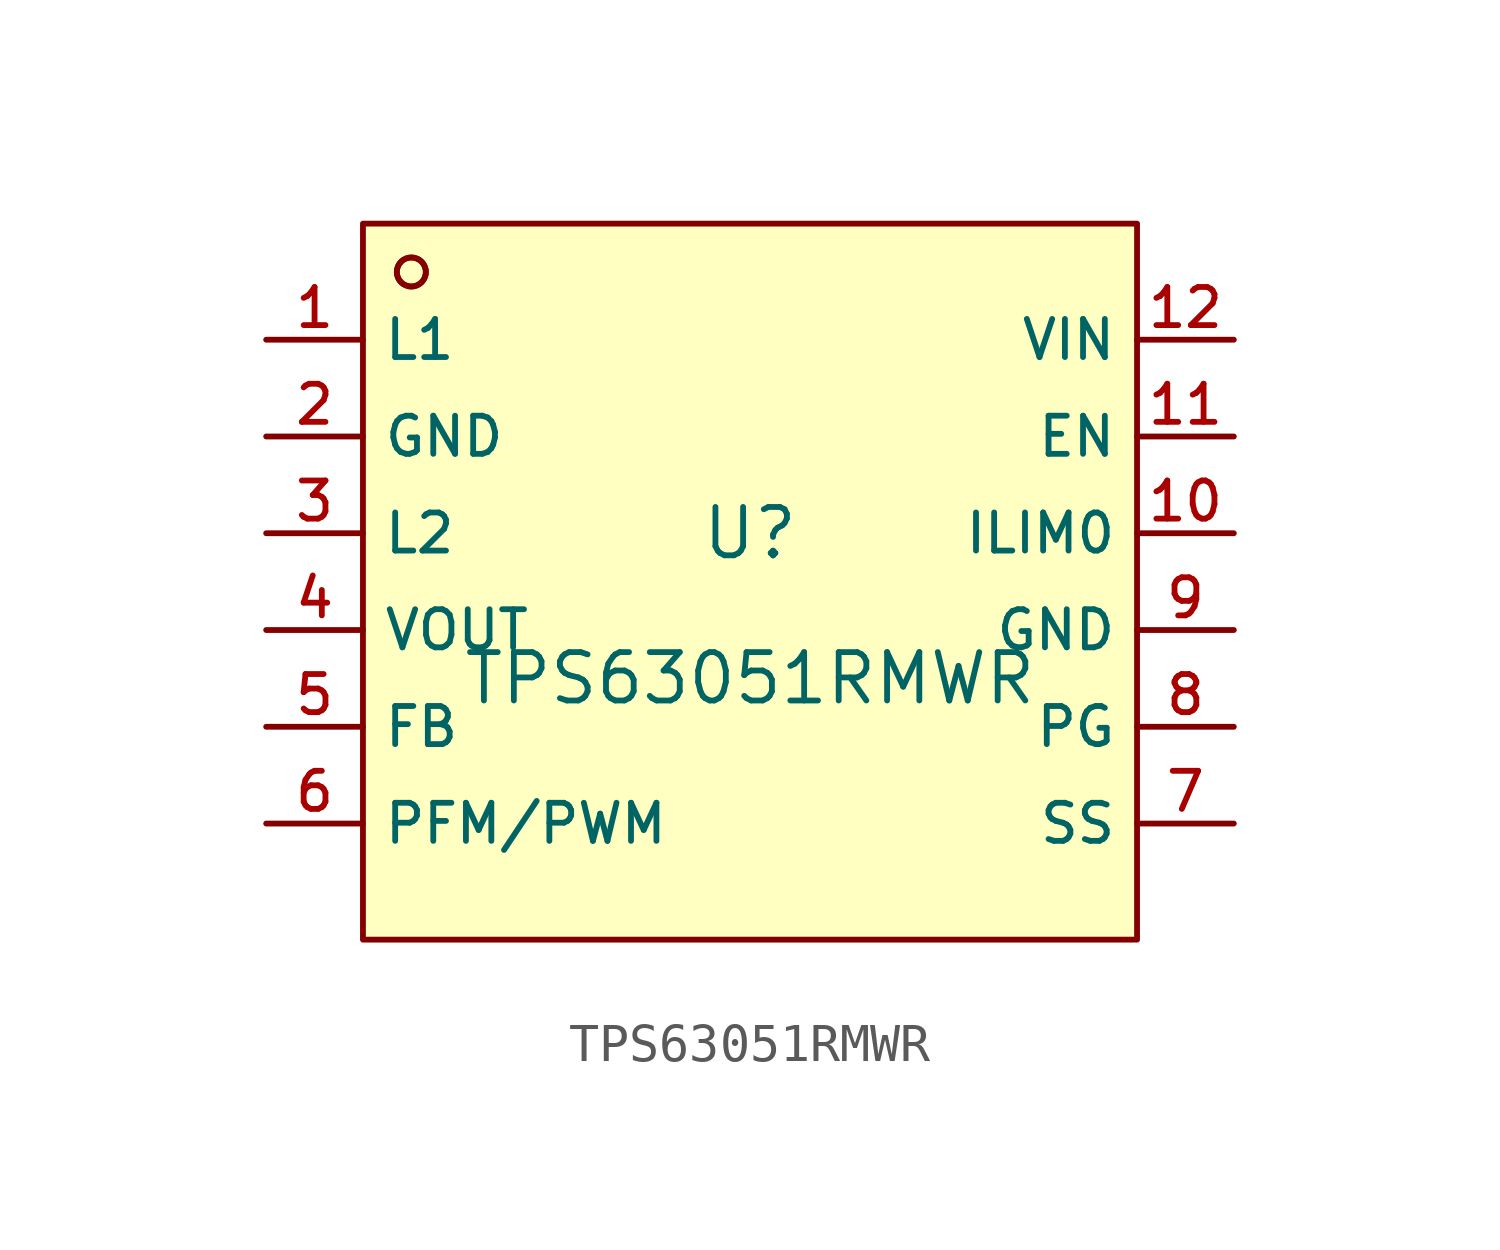
<source format=kicad_sym>
(kicad_symbol_lib
  (version 20210201)
  (generator TousstNicolas/JLC2KiCad_lib)
  (symbol "TPS63051RMWR"
    (property "Reference" "U"
      (at 0 1.27 0)
      (effects (font (size 1.27 1.27))))
    (property "Value" "TPS63051RMWR"
      (at 0 -2.54 0)
      (effects (font (size 1.27 1.27))))
    (symbol "TPS63051RMWR_0_1"
      (circle (center -8.89 8.128) (radius 0.381) (stroke (width 0) (type default) (color 0 0 0 0)) (fill (type background)))
      (rectangle (start -10.16 9.398) (end 10.16 -9.398) (stroke (width 0) (type default) (color 0 0 0 0)) (fill (type background)))
      (circle (center -8.89 8.128) (radius 0.381) (stroke (width 0) (type default) (color 0 0 0 0)) (fill (type background)))
      (pin unspecified line (at -12.7 6.35 0) (length 2.54) (name "L1" (effects (font (size 1 1)))) (number "1" (effects (font (size 1 1)))))
      (pin unspecified line (at -12.7 3.81 0) (length 2.54) (name "GND" (effects (font (size 1 1)))) (number "2" (effects (font (size 1 1)))))
      (pin unspecified line (at -12.7 1.27 0) (length 2.54) (name "L2" (effects (font (size 1 1)))) (number "3" (effects (font (size 1 1)))))
      (pin unspecified line (at -12.7 -1.27 0) (length 2.54) (name "VOUT" (effects (font (size 1 1)))) (number "4" (effects (font (size 1 1)))))
      (pin unspecified line (at -12.7 -3.81 0) (length 2.54) (name "FB" (effects (font (size 1 1)))) (number "5" (effects (font (size 1 1)))))
      (pin unspecified line (at -12.7 -6.35 0) (length 2.54) (name "PFM/PWM" (effects (font (size 1 1)))) (number "6" (effects (font (size 1 1)))))
      (pin unspecified line (at 12.7 -6.35 180) (length 2.54) (name "SS" (effects (font (size 1 1)))) (number "7" (effects (font (size 1 1)))))
      (pin unspecified line (at 12.7 -3.81 180) (length 2.54) (name "PG" (effects (font (size 1 1)))) (number "8" (effects (font (size 1 1)))))
      (pin unspecified line (at 12.7 -1.27 180) (length 2.54) (name "GND" (effects (font (size 1 1)))) (number "9" (effects (font (size 1 1)))))
      (pin unspecified line (at 12.7 1.27 180) (length 2.54) (name "ILIM0" (effects (font (size 1 1)))) (number "10" (effects (font (size 1 1)))))
      (pin unspecified line (at 12.7 3.81 180) (length 2.54) (name "EN" (effects (font (size 1 1)))) (number "11" (effects (font (size 1 1)))))
      (pin unspecified line (at 12.7 6.35 180) (length 2.54) (name "VIN" (effects (font (size 1 1)))) (number "12" (effects (font (size 1 1))))))))
</source>
